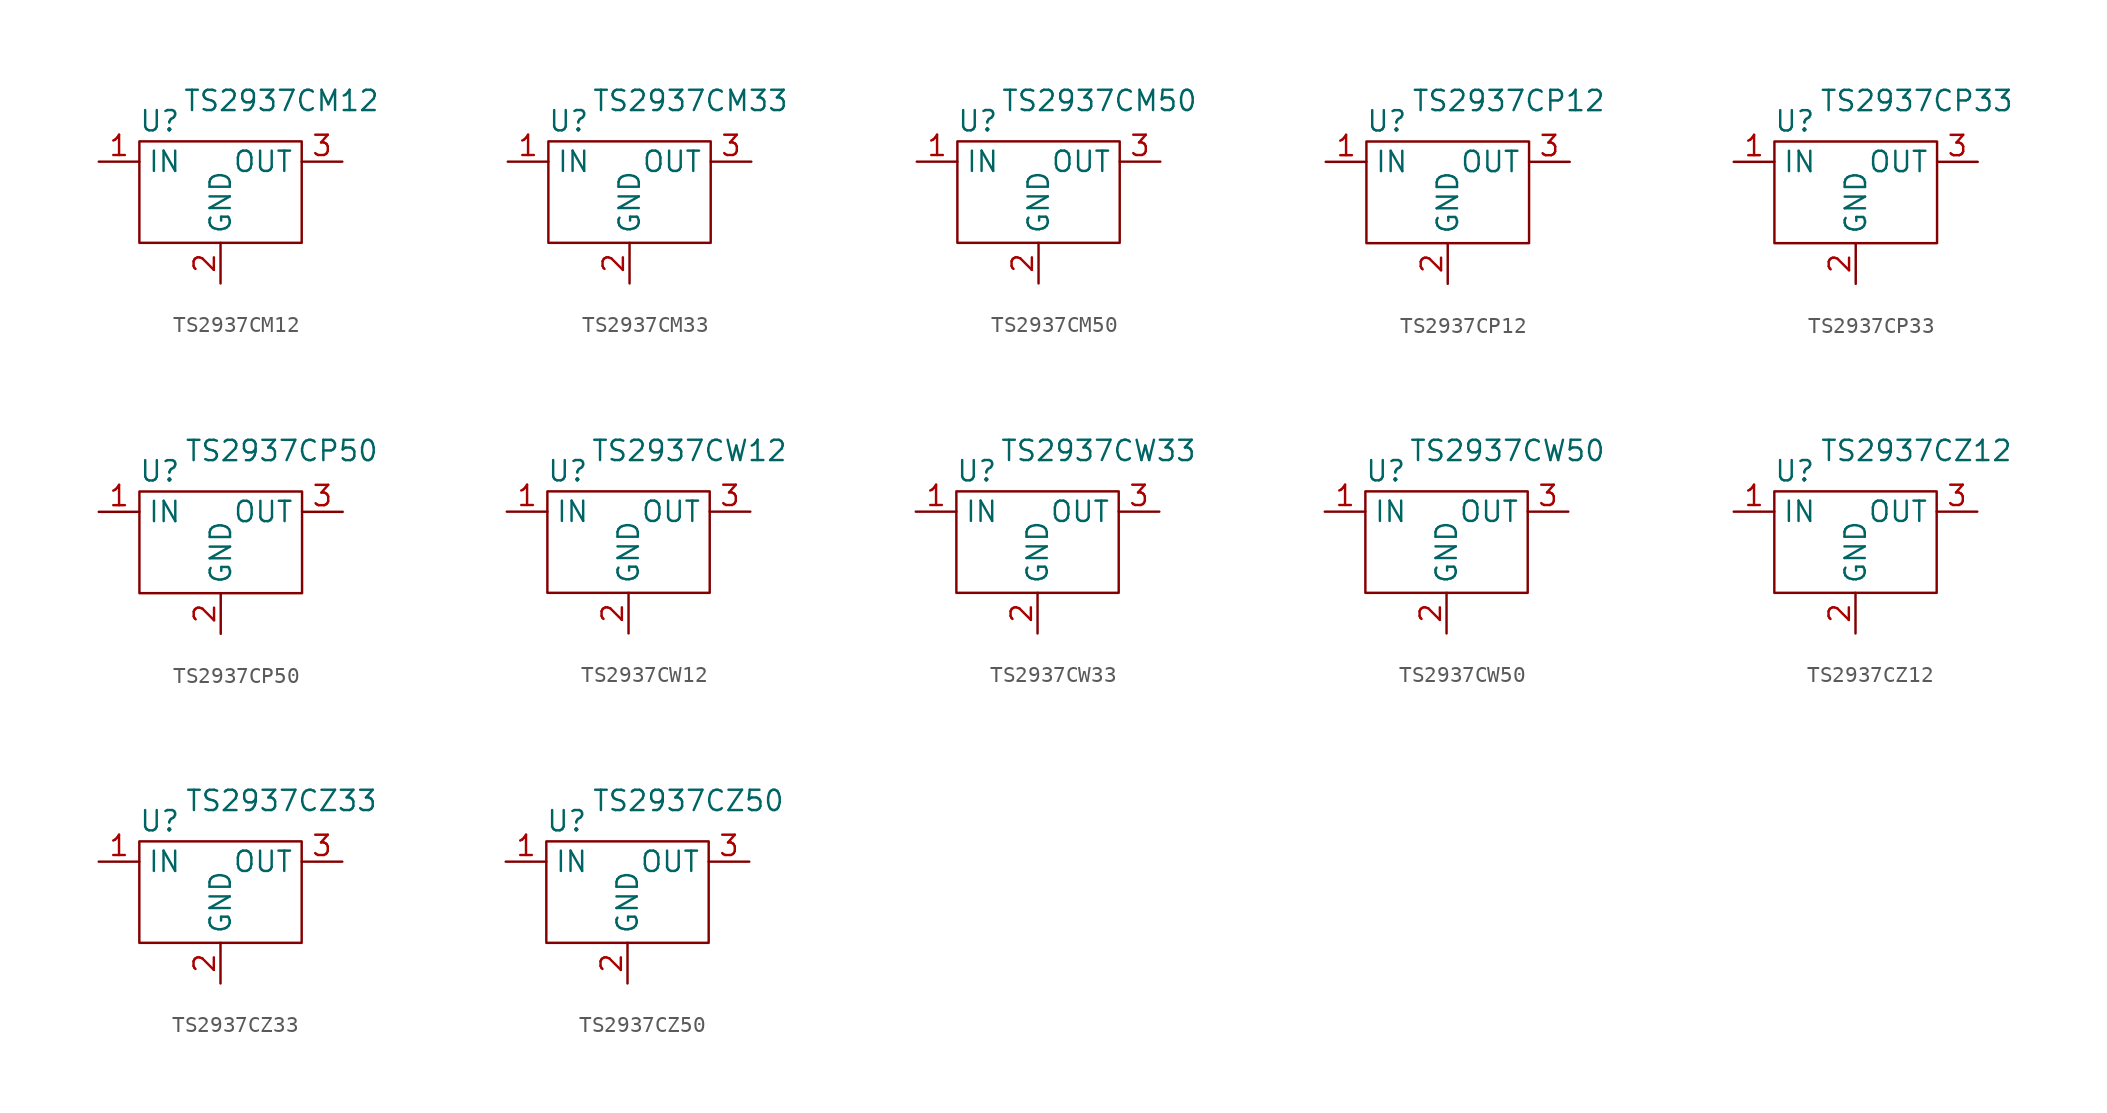
<source format=kicad_sym>
(kicad_symbol_lib
  (version 20211014)
  (generator kicad_symbol_editor)
  (symbol "TS2937CM12"
    (property "Reference" "U"
      (at -3.81 3.81 0)
      (effects (font (size 1.27 1.27))))
    (property "Value" "TS2937CM12"
      (at 3.81 5.08 0)
      (effects (font (size 1.27 1.27))))
    (symbol "TS2937CM12_0_1"
      (rectangle (start -5.08 2.54) (end 5.08 -3.81) (stroke (width 0) (type default) (color 0 0 0 0)) (fill (type none))))
    (symbol "TS2937CM12_1_1"
      (pin power_in line (at -7.62 1.27 0) (length 2.54) (name "IN" (effects (font (size 1.27 1.27)))) (number "1" (effects (font (size 1.27 1.27)))))
      (pin power_in line (at 0 -6.35 90) (length 2.54) (name "GND" (effects (font (size 1.27 1.27)))) (number "2" (effects (font (size 1.27 1.27)))))
      (pin power_out line (at 7.62 1.27 180) (length 2.54) (name "OUT" (effects (font (size 1.27 1.27)))) (number "3" (effects (font (size 1.27 1.27)))))))
  (symbol "TS2937CM33"
    (property "Reference" "U"
      (at -3.81 3.81 0)
      (effects (font (size 1.27 1.27))))
    (property "Value" "TS2937CM33"
      (at 3.81 5.08 0)
      (effects (font (size 1.27 1.27))))
    (symbol "TS2937CM33_0_1"
      (rectangle (start -5.08 2.54) (end 5.08 -3.81) (stroke (width 0) (type default) (color 0 0 0 0)) (fill (type none))))
    (symbol "TS2937CM33_1_1"
      (pin power_in line (at -7.62 1.27 0) (length 2.54) (name "IN" (effects (font (size 1.27 1.27)))) (number "1" (effects (font (size 1.27 1.27)))))
      (pin power_in line (at 0 -6.35 90) (length 2.54) (name "GND" (effects (font (size 1.27 1.27)))) (number "2" (effects (font (size 1.27 1.27)))))
      (pin power_out line (at 7.62 1.27 180) (length 2.54) (name "OUT" (effects (font (size 1.27 1.27)))) (number "3" (effects (font (size 1.27 1.27)))))))
  (symbol "TS2937CM50"
    (property "Reference" "U"
      (at -3.81 3.81 0)
      (effects (font (size 1.27 1.27))))
    (property "Value" "TS2937CM50"
      (at 3.81 5.08 0)
      (effects (font (size 1.27 1.27))))
    (symbol "TS2937CM50_0_1"
      (rectangle (start -5.08 2.54) (end 5.08 -3.81) (stroke (width 0) (type default) (color 0 0 0 0)) (fill (type none))))
    (symbol "TS2937CM50_1_1"
      (pin power_in line (at -7.62 1.27 0) (length 2.54) (name "IN" (effects (font (size 1.27 1.27)))) (number "1" (effects (font (size 1.27 1.27)))))
      (pin power_in line (at 0 -6.35 90) (length 2.54) (name "GND" (effects (font (size 1.27 1.27)))) (number "2" (effects (font (size 1.27 1.27)))))
      (pin power_out line (at 7.62 1.27 180) (length 2.54) (name "OUT" (effects (font (size 1.27 1.27)))) (number "3" (effects (font (size 1.27 1.27)))))))
  (symbol "TS2937CP12"
    (property "Reference" "U"
      (at -3.81 3.81 0)
      (effects (font (size 1.27 1.27))))
    (property "Value" "TS2937CP12"
      (at 3.81 5.08 0)
      (effects (font (size 1.27 1.27))))
    (symbol "TS2937CP12_0_1"
      (rectangle (start -5.08 2.54) (end 5.08 -3.81) (stroke (width 0) (type default) (color 0 0 0 0)) (fill (type none))))
    (symbol "TS2937CP12_1_1"
      (pin power_in line (at -7.62 1.27 0) (length 2.54) (name "IN" (effects (font (size 1.27 1.27)))) (number "1" (effects (font (size 1.27 1.27)))))
      (pin power_in line (at 0 -6.35 90) (length 2.54) (name "GND" (effects (font (size 1.27 1.27)))) (number "2" (effects (font (size 1.27 1.27)))))
      (pin power_out line (at 7.62 1.27 180) (length 2.54) (name "OUT" (effects (font (size 1.27 1.27)))) (number "3" (effects (font (size 1.27 1.27)))))))
  (symbol "TS2937CP33"
    (property "Reference" "U"
      (at -3.81 3.81 0)
      (effects (font (size 1.27 1.27))))
    (property "Value" "TS2937CP33"
      (at 3.81 5.08 0)
      (effects (font (size 1.27 1.27))))
    (symbol "TS2937CP33_0_1"
      (rectangle (start -5.08 2.54) (end 5.08 -3.81) (stroke (width 0) (type default) (color 0 0 0 0)) (fill (type none))))
    (symbol "TS2937CP33_1_1"
      (pin power_in line (at -7.62 1.27 0) (length 2.54) (name "IN" (effects (font (size 1.27 1.27)))) (number "1" (effects (font (size 1.27 1.27)))))
      (pin power_in line (at 0 -6.35 90) (length 2.54) (name "GND" (effects (font (size 1.27 1.27)))) (number "2" (effects (font (size 1.27 1.27)))))
      (pin power_out line (at 7.62 1.27 180) (length 2.54) (name "OUT" (effects (font (size 1.27 1.27)))) (number "3" (effects (font (size 1.27 1.27)))))))
  (symbol "TS2937CP50"
    (property "Reference" "U"
      (at -3.81 3.81 0)
      (effects (font (size 1.27 1.27))))
    (property "Value" "TS2937CP50"
      (at 3.81 5.08 0)
      (effects (font (size 1.27 1.27))))
    (symbol "TS2937CP50_0_1"
      (rectangle (start -5.08 2.54) (end 5.08 -3.81) (stroke (width 0) (type default) (color 0 0 0 0)) (fill (type none))))
    (symbol "TS2937CP50_1_1"
      (pin power_in line (at -7.62 1.27 0) (length 2.54) (name "IN" (effects (font (size 1.27 1.27)))) (number "1" (effects (font (size 1.27 1.27)))))
      (pin power_in line (at 0 -6.35 90) (length 2.54) (name "GND" (effects (font (size 1.27 1.27)))) (number "2" (effects (font (size 1.27 1.27)))))
      (pin power_out line (at 7.62 1.27 180) (length 2.54) (name "OUT" (effects (font (size 1.27 1.27)))) (number "3" (effects (font (size 1.27 1.27)))))))
  (symbol "TS2937CW12"
    (property "Reference" "U"
      (at -3.81 3.81 0)
      (effects (font (size 1.27 1.27))))
    (property "Value" "TS2937CW12"
      (at 3.81 5.08 0)
      (effects (font (size 1.27 1.27))))
    (symbol "TS2937CW12_0_1"
      (rectangle (start -5.08 2.54) (end 5.08 -3.81) (stroke (width 0) (type default) (color 0 0 0 0)) (fill (type none))))
    (symbol "TS2937CW12_1_1"
      (pin power_in line (at -7.62 1.27 0) (length 2.54) (name "IN" (effects (font (size 1.27 1.27)))) (number "1" (effects (font (size 1.27 1.27)))))
      (pin power_in line (at 0 -6.35 90) (length 2.54) (name "GND" (effects (font (size 1.27 1.27)))) (number "2" (effects (font (size 1.27 1.27)))))
      (pin power_out line (at 7.62 1.27 180) (length 2.54) (name "OUT" (effects (font (size 1.27 1.27)))) (number "3" (effects (font (size 1.27 1.27)))))))
  (symbol "TS2937CW33"
    (property "Reference" "U"
      (at -3.81 3.81 0)
      (effects (font (size 1.27 1.27))))
    (property "Value" "TS2937CW33"
      (at 3.81 5.08 0)
      (effects (font (size 1.27 1.27))))
    (symbol "TS2937CW33_0_1"
      (rectangle (start -5.08 2.54) (end 5.08 -3.81) (stroke (width 0) (type default) (color 0 0 0 0)) (fill (type none))))
    (symbol "TS2937CW33_1_1"
      (pin power_in line (at -7.62 1.27 0) (length 2.54) (name "IN" (effects (font (size 1.27 1.27)))) (number "1" (effects (font (size 1.27 1.27)))))
      (pin power_in line (at 0 -6.35 90) (length 2.54) (name "GND" (effects (font (size 1.27 1.27)))) (number "2" (effects (font (size 1.27 1.27)))))
      (pin power_out line (at 7.62 1.27 180) (length 2.54) (name "OUT" (effects (font (size 1.27 1.27)))) (number "3" (effects (font (size 1.27 1.27)))))))
  (symbol "TS2937CW50"
    (property "Reference" "U"
      (at -3.81 3.81 0)
      (effects (font (size 1.27 1.27))))
    (property "Value" "TS2937CW50"
      (at 3.81 5.08 0)
      (effects (font (size 1.27 1.27))))
    (symbol "TS2937CW50_0_1"
      (rectangle (start -5.08 2.54) (end 5.08 -3.81) (stroke (width 0) (type default) (color 0 0 0 0)) (fill (type none))))
    (symbol "TS2937CW50_1_1"
      (pin power_in line (at -7.62 1.27 0) (length 2.54) (name "IN" (effects (font (size 1.27 1.27)))) (number "1" (effects (font (size 1.27 1.27)))))
      (pin power_in line (at 0 -6.35 90) (length 2.54) (name "GND" (effects (font (size 1.27 1.27)))) (number "2" (effects (font (size 1.27 1.27)))))
      (pin power_out line (at 7.62 1.27 180) (length 2.54) (name "OUT" (effects (font (size 1.27 1.27)))) (number "3" (effects (font (size 1.27 1.27)))))))
  (symbol "TS2937CZ12"
    (property "Reference" "U"
      (at -3.81 3.81 0)
      (effects (font (size 1.27 1.27))))
    (property "Value" "TS2937CZ12"
      (at 3.81 5.08 0)
      (effects (font (size 1.27 1.27))))
    (symbol "TS2937CZ12_0_1"
      (rectangle (start -5.08 2.54) (end 5.08 -3.81) (stroke (width 0) (type default) (color 0 0 0 0)) (fill (type none))))
    (symbol "TS2937CZ12_1_1"
      (pin power_in line (at -7.62 1.27 0) (length 2.54) (name "IN" (effects (font (size 1.27 1.27)))) (number "1" (effects (font (size 1.27 1.27)))))
      (pin power_in line (at 0 -6.35 90) (length 2.54) (name "GND" (effects (font (size 1.27 1.27)))) (number "2" (effects (font (size 1.27 1.27)))))
      (pin power_out line (at 7.62 1.27 180) (length 2.54) (name "OUT" (effects (font (size 1.27 1.27)))) (number "3" (effects (font (size 1.27 1.27)))))))
  (symbol "TS2937CZ33"
    (property "Reference" "U"
      (at -3.81 3.81 0)
      (effects (font (size 1.27 1.27))))
    (property "Value" "TS2937CZ33"
      (at 3.81 5.08 0)
      (effects (font (size 1.27 1.27))))
    (symbol "TS2937CZ33_0_1"
      (rectangle (start -5.08 2.54) (end 5.08 -3.81) (stroke (width 0) (type default) (color 0 0 0 0)) (fill (type none))))
    (symbol "TS2937CZ33_1_1"
      (pin power_in line (at -7.62 1.27 0) (length 2.54) (name "IN" (effects (font (size 1.27 1.27)))) (number "1" (effects (font (size 1.27 1.27)))))
      (pin power_in line (at 0 -6.35 90) (length 2.54) (name "GND" (effects (font (size 1.27 1.27)))) (number "2" (effects (font (size 1.27 1.27)))))
      (pin power_out line (at 7.62 1.27 180) (length 2.54) (name "OUT" (effects (font (size 1.27 1.27)))) (number "3" (effects (font (size 1.27 1.27)))))))
  (symbol "TS2937CZ50"
    (property "Reference" "U"
      (at -3.81 3.81 0)
      (effects (font (size 1.27 1.27))))
    (property "Value" "TS2937CZ50"
      (at 3.81 5.08 0)
      (effects (font (size 1.27 1.27))))
    (symbol "TS2937CZ50_0_1"
      (rectangle (start -5.08 2.54) (end 5.08 -3.81) (stroke (width 0) (type default) (color 0 0 0 0)) (fill (type none))))
    (symbol "TS2937CZ50_1_1"
      (pin power_in line (at -7.62 1.27 0) (length 2.54) (name "IN" (effects (font (size 1.27 1.27)))) (number "1" (effects (font (size 1.27 1.27)))))
      (pin power_in line (at 0 -6.35 90) (length 2.54) (name "GND" (effects (font (size 1.27 1.27)))) (number "2" (effects (font (size 1.27 1.27)))))
      (pin power_out line (at 7.62 1.27 180) (length 2.54) (name "OUT" (effects (font (size 1.27 1.27)))) (number "3" (effects (font (size 1.27 1.27))))))))
</source>
